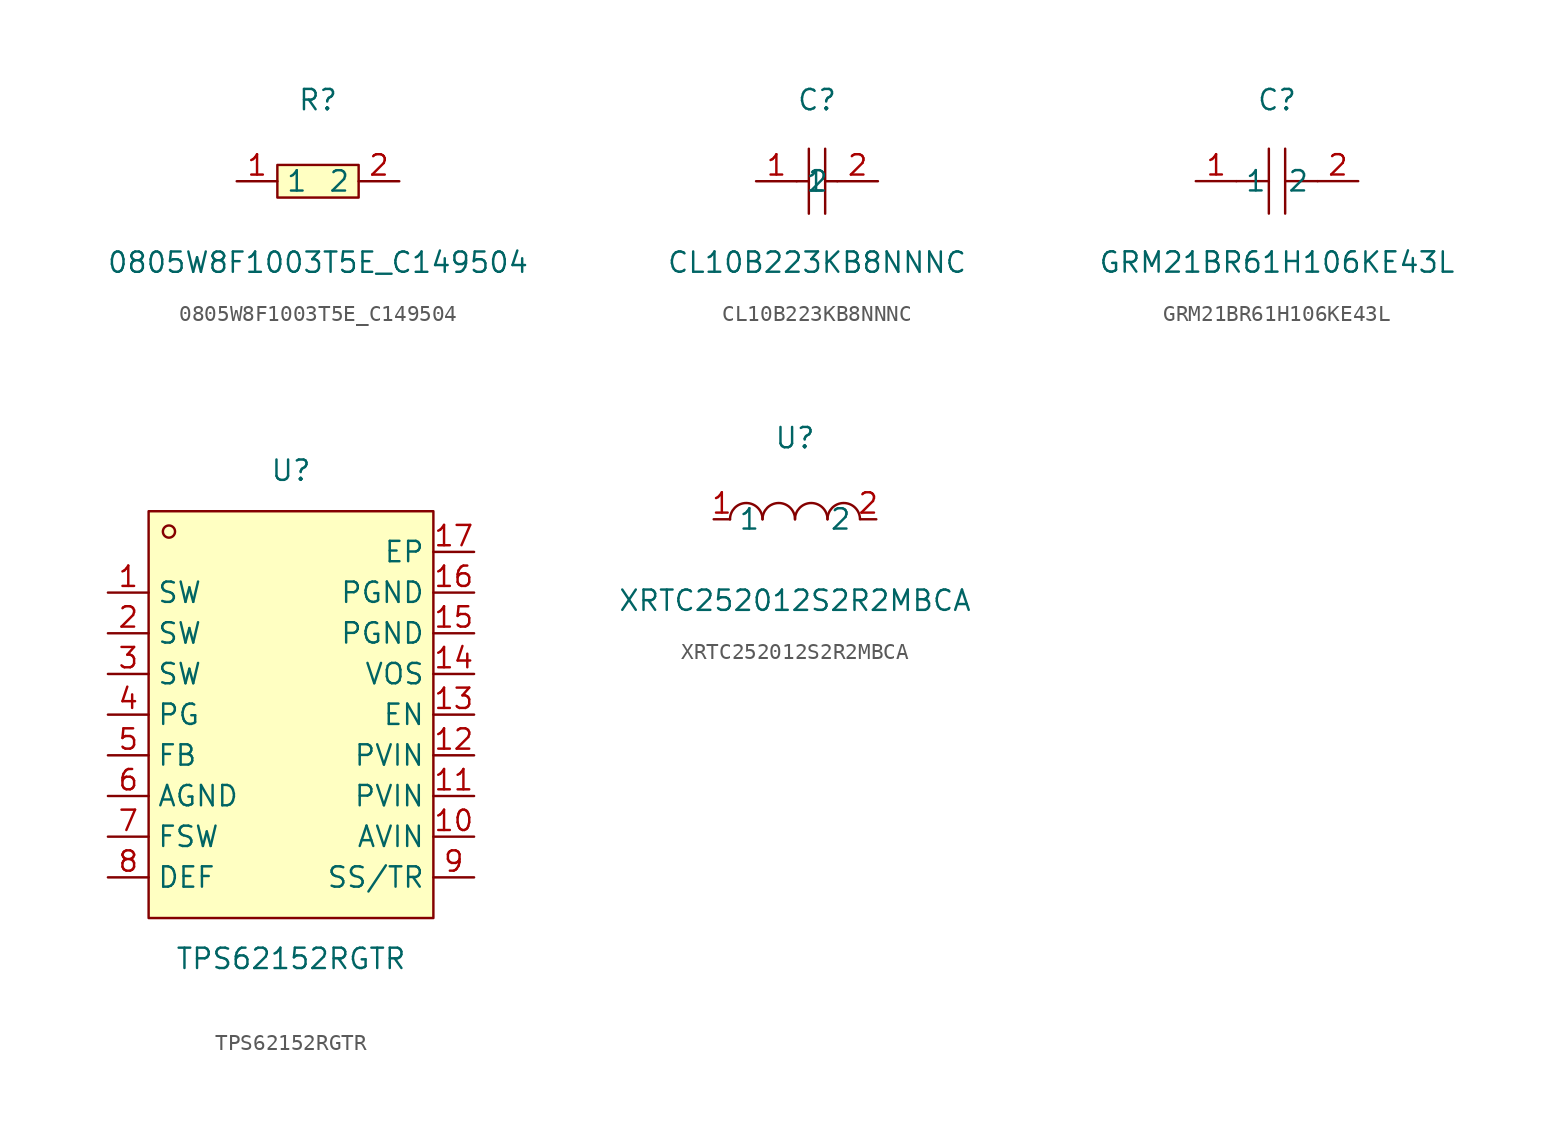
<source format=kicad_sym>
(kicad_symbol_lib
  (version 20241209)
  (generator "kicad_symbol_editor")
  (generator_version "9.0")
  (symbol "0805W8F1003T5E_C149504"
    (property "Reference" "R"
      (at 0 5.08 0)
      (effects (font (size 1.27 1.27))))
    (property "Value" "0805W8F1003T5E_C149504"
      (at 0 -5.08 0)
      (effects (font (size 1.27 1.27))))
    (symbol "0805W8F1003T5E_C149504_0_1"
      (rectangle (start -2.54 1.02) (end 2.54 -1.02) (stroke (width 0) (type default) (color 0 0 0 0)) (fill (type background)))
      (pin unspecified line (at 5.08 -0.00 180) (length 2.54) (name "2" (effects (font (size 1.27 1.27)))) (number "2" (effects (font (size 1.27 1.27)))))
      (pin unspecified line (at -5.08 -0.00 0) (length 2.54) (name "1" (effects (font (size 1.27 1.27)))) (number "1" (effects (font (size 1.27 1.27)))))))
  (symbol "CL10B223KB8NNNC"
    (property "Reference" "C"
      (at 0 5.08 0)
      (effects (font (size 1.27 1.27))))
    (property "Value" "CL10B223KB8NNNC"
      (at 0 -5.08 0)
      (effects (font (size 1.27 1.27))))
    (symbol "CL10B223KB8NNNC_0_1"
      (polyline (pts (xy -0.51 2.03) (xy -0.51 -2.03)) (stroke (width 0) (type default) (color 0 0 0 0)) (fill (type none)))
      (polyline (pts (xy 0.51 2.03) (xy 0.51 -2.03)) (stroke (width 0) (type default) (color 0 0 0 0)) (fill (type none)))
      (polyline (pts (xy -1.27 -0.00) (xy -0.51 -0.00)) (stroke (width 0) (type default) (color 0 0 0 0)) (fill (type none)))
      (polyline (pts (xy 0.51 -0.00) (xy 1.27 -0.00)) (stroke (width 0) (type default) (color 0 0 0 0)) (fill (type none)))
      (pin input line (at -3.81 -0.00 0) (length 2.54) (name "1" (effects (font (size 1.27 1.27)))) (number "1" (effects (font (size 1.27 1.27)))))
      (pin input line (at 3.81 -0.00 180) (length 2.54) (name "2" (effects (font (size 1.27 1.27)))) (number "2" (effects (font (size 1.27 1.27)))))))
  (symbol "GRM21BR61H106KE43L"
    (property "Reference" "C"
      (at 0 5.08 0)
      (effects (font (size 1.27 1.27))))
    (property "Value" "GRM21BR61H106KE43L"
      (at 0 -5.08 0)
      (effects (font (size 1.27 1.27))))
    (symbol "GRM21BR61H106KE43L_0_1"
      (polyline (pts (xy -0.51 0) (xy -2.54 0)) (stroke (width 0) (type default)) (fill (type none)))
      (polyline (pts (xy -0.51 -2.03) (xy -0.51 2.03)) (stroke (width 0) (type default)) (fill (type none)))
      (polyline (pts (xy 0.51 2.03) (xy 0.51 -2.03)) (stroke (width 0) (type default)) (fill (type none)))
      (polyline (pts (xy 2.54 0) (xy 0.51 0)) (stroke (width 0) (type default)) (fill (type none)))
      (pin unspecified line (at -5.08 0 0) (length 2.54) (name "1" (effects (font (size 1.27 1.27)))) (number "1" (effects (font (size 1.27 1.27)))))
      (pin unspecified line (at 5.08 0 180) (length 2.54) (name "2" (effects (font (size 1.27 1.27)))) (number "2" (effects (font (size 1.27 1.27)))))))
  (symbol "TPS62152RGTR"
    (property "Reference" "U"
      (at 0 15.24 0)
      (effects (font (size 1.27 1.27))))
    (property "Value" "TPS62152RGTR"
      (at 0 -15.24 0)
      (effects (font (size 1.27 1.27))))
    (symbol "TPS62152RGTR_0_1"
      (rectangle (start -8.89 12.7) (end 8.89 -12.7) (stroke (width 0) (type default)) (fill (type background)))
      (circle (center -7.62 11.43) (radius 0.38) (stroke (width 0) (type default)) (fill (type none))))
    (symbol "TPS62152RGTR_1_1"
      (pin input line (at -11.43 7.62 0) (length 2.54) (name "SW" (effects (font (size 1.27 1.27)))) (number "1" (effects (font (size 1.27 1.27)))))
      (pin input line (at -11.43 5.08 0) (length 2.54) (name "SW" (effects (font (size 1.27 1.27)))) (number "2" (effects (font (size 1.27 1.27)))))
      (pin input line (at -11.43 2.54 0) (length 2.54) (name "SW" (effects (font (size 1.27 1.27)))) (number "3" (effects (font (size 1.27 1.27)))))
      (pin output line (at -11.43 0 0) (length 2.54) (name "PG" (effects (font (size 1.27 1.27)))) (number "4" (effects (font (size 1.27 1.27)))))
      (pin input line (at -11.43 -2.54 0) (length 2.54) (name "FB" (effects (font (size 1.27 1.27)))) (number "5" (effects (font (size 1.27 1.27)))))
      (pin power_in line (at -11.43 -5.08 0) (length 2.54) (name "AGND" (effects (font (size 1.27 1.27)))) (number "6" (effects (font (size 1.27 1.27)))))
      (pin input line (at -11.43 -7.62 0) (length 2.54) (name "FSW" (effects (font (size 1.27 1.27)))) (number "7" (effects (font (size 1.27 1.27)))))
      (pin input line (at -11.43 -10.16 0) (length 2.54) (name "DEF" (effects (font (size 1.27 1.27)))) (number "8" (effects (font (size 1.27 1.27)))))
      (pin power_in line (at 11.43 10.16 180) (length 2.54) (name "EP" (effects (font (size 1.27 1.27)))) (number "17" (effects (font (size 1.27 1.27)))))
      (pin power_in line (at 11.43 7.62 180) (length 2.54) (name "PGND" (effects (font (size 1.27 1.27)))) (number "16" (effects (font (size 1.27 1.27)))))
      (pin power_in line (at 11.43 5.08 180) (length 2.54) (name "PGND" (effects (font (size 1.27 1.27)))) (number "15" (effects (font (size 1.27 1.27)))))
      (pin power_out line (at 11.43 2.54 180) (length 2.54) (name "VOS" (effects (font (size 1.27 1.27)))) (number "14" (effects (font (size 1.27 1.27)))))
      (pin input line (at 11.43 0 180) (length 2.54) (name "EN" (effects (font (size 1.27 1.27)))) (number "13" (effects (font (size 1.27 1.27)))))
      (pin power_in line (at 11.43 -2.54 180) (length 2.54) (name "PVIN" (effects (font (size 1.27 1.27)))) (number "12" (effects (font (size 1.27 1.27)))))
      (pin power_in line (at 11.43 -5.08 180) (length 2.54) (name "PVIN" (effects (font (size 1.27 1.27)))) (number "11" (effects (font (size 1.27 1.27)))))
      (pin power_in line (at 11.43 -7.62 180) (length 2.54) (name "AVIN" (effects (font (size 1.27 1.27)))) (number "10" (effects (font (size 1.27 1.27)))))
      (pin input line (at 11.43 -10.16 180) (length 2.54) (name "SS/TR" (effects (font (size 1.27 1.27)))) (number "9" (effects (font (size 1.27 1.27)))))))
  (symbol "XRTC252012S2R2MBCA"
    (property "Reference" "U"
      (at 0 5.08 0)
      (effects (font (size 1.27 1.27))))
    (property "Value" "XRTC252012S2R2MBCA"
      (at 0 -5.08 0)
      (effects (font (size 1.27 1.27))))
    (symbol "XRTC252012S2R2MBCA_0_1"
      (arc (start -4.06 -0.01) (mid -2.83 0.99) (end -2.03 0.01) (stroke (width 0) (type default) (color 0 0 0 0)) (fill (type none)))
      (arc (start -2.03 -0.01) (mid -0.80 0.99) (end 0.00 0.01) (stroke (width 0) (type default) (color 0 0 0 0)) (fill (type none)))
      (arc (start 2.03 -0.01) (mid 3.26 0.99) (end 4.06 0.01) (stroke (width 0) (type default) (color 0 0 0 0)) (fill (type none)))
      (arc (start 0.00 -0.01) (mid 1.23 0.99) (end 2.03 0.01) (stroke (width 0) (type default) (color 0 0 0 0)) (fill (type none)))
      (pin unspecified line (at 5.08 -0.00 180) (length 1.016) (name "2" (effects (font (size 1.27 1.27)))) (number "2" (effects (font (size 1.27 1.27)))))
      (pin unspecified line (at -5.08 -0.00 0) (length 1.016) (name "1" (effects (font (size 1.27 1.27)))) (number "1" (effects (font (size 1.27 1.27))))))))
</source>
